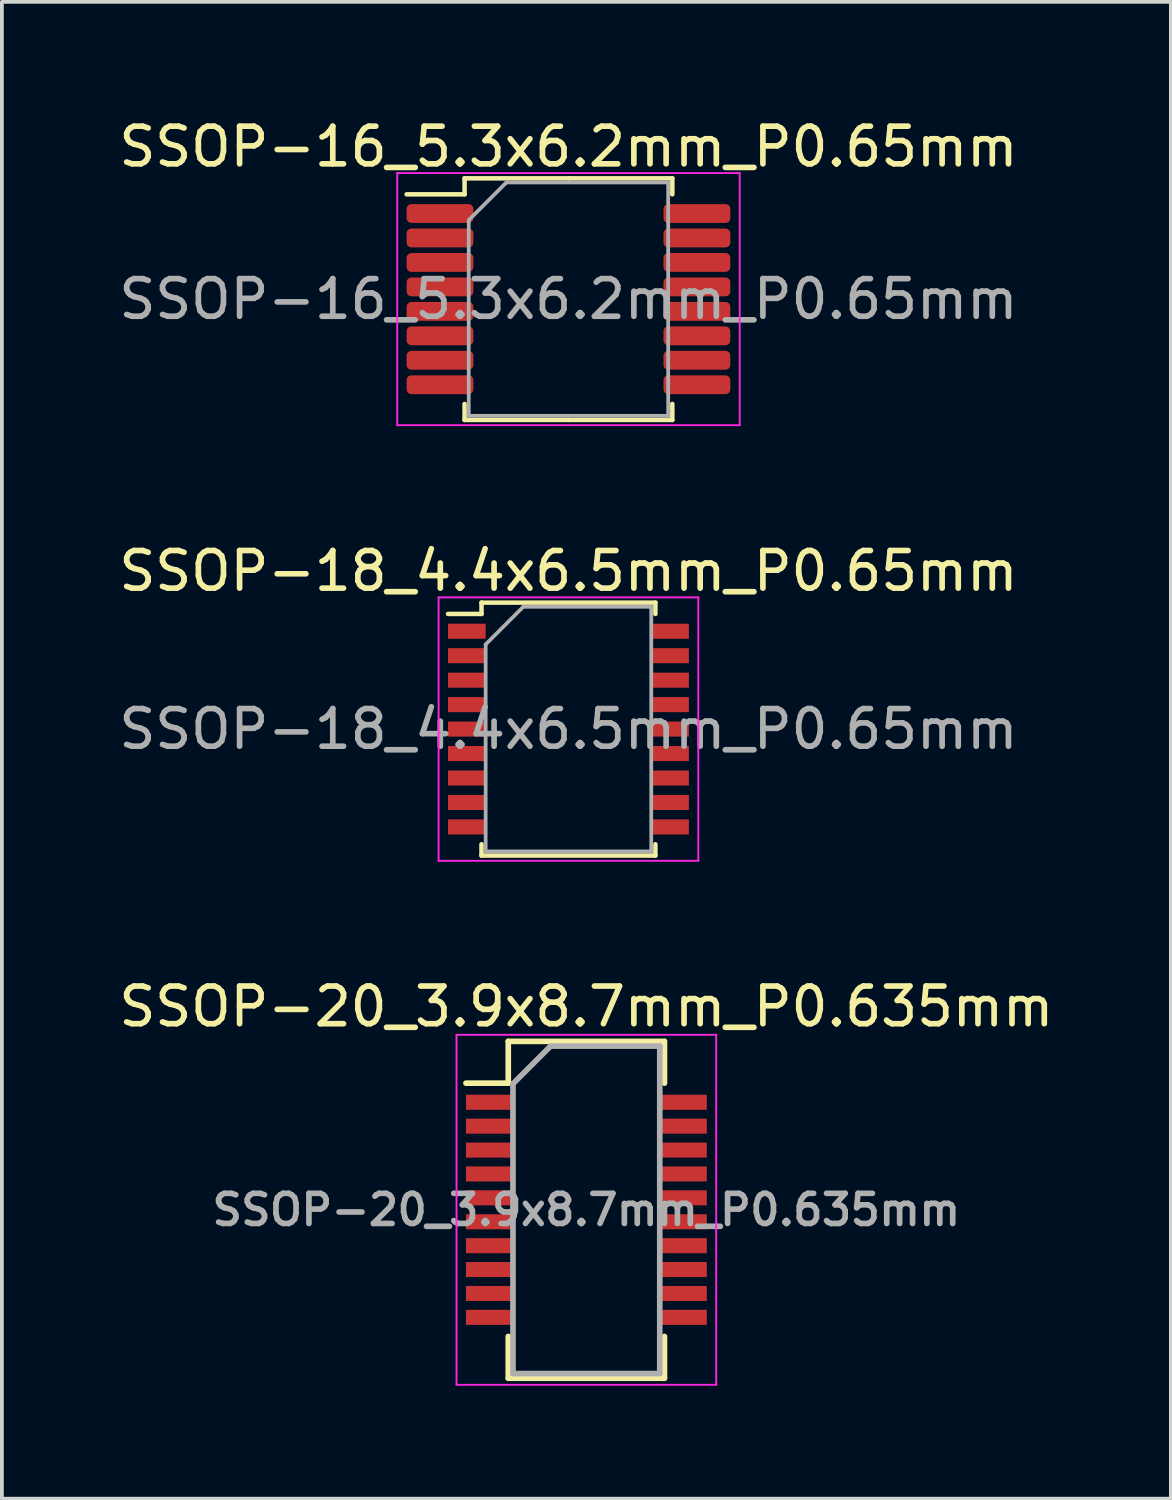
<source format=kicad_pcb>
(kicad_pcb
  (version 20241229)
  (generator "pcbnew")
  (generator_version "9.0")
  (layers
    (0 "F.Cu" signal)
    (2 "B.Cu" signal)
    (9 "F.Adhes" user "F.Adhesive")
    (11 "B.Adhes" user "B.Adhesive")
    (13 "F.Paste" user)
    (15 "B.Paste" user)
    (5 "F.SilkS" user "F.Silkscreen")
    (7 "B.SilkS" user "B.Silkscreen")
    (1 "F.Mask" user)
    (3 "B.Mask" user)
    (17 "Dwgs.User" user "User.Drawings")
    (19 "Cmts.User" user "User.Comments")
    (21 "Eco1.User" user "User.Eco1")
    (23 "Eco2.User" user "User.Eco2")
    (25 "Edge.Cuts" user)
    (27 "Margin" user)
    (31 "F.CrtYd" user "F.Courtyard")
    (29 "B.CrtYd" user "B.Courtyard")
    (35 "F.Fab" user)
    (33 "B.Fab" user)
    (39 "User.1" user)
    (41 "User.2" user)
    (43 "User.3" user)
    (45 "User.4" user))
  (footprint "SSOP-20_3.9x8.7mm_P0.635mm"
    (layer "F.Cu")
    (at 12.53 29.095)
    (property "Reference" "SSOP-20_3.9x8.7mm_P0.635mm" (at 0 -5.4 0) (layer "F.SilkS") (effects (font (size 1 1) (thickness 0.15))))
    (attr smd)
    (fp_line (start -2.075 -4.475) (end 2.075 -4.475) (stroke (width 0.15) (type solid)) (layer "F.SilkS"))
    (fp_line (start -2.075 -3.365) (end -3.2 -3.365) (stroke (width 0.15) (type solid)) (layer "F.SilkS"))
    (fp_line (start -2.075 -3.365) (end -2.075 -4.475) (stroke (width 0.15) (type solid)) (layer "F.SilkS"))
    (fp_line (start -2.075 4.475) (end -2.075 3.365) (stroke (width 0.15) (type solid)) (layer "F.SilkS"))
    (fp_line (start -2.075 4.475) (end 2.075 4.475) (stroke (width 0.15) (type solid)) (layer "F.SilkS"))
    (fp_line (start 2.075 -4.475) (end 2.075 -3.365) (stroke (width 0.15) (type solid)) (layer "F.SilkS"))
    (fp_line (start 2.075 4.475) (end 2.075 3.365) (stroke (width 0.15) (type solid)) (layer "F.SilkS"))
    (fp_line (start -3.45 -4.65) (end -3.45 4.65) (stroke (width 0.05) (type solid)) (layer "F.CrtYd"))
    (fp_line (start -3.45 -4.65) (end 3.45 -4.65) (stroke (width 0.05) (type solid)) (layer "F.CrtYd"))
    (fp_line (start -3.45 4.65) (end 3.45 4.65) (stroke (width 0.05) (type solid)) (layer "F.CrtYd"))
    (fp_line (start 3.45 -4.65) (end 3.45 4.65) (stroke (width 0.05) (type solid)) (layer "F.CrtYd"))
    (fp_line (start -1.95 -3.35) (end -0.95 -4.35) (stroke (width 0.15) (type solid)) (layer "F.Fab"))
    (fp_line (start -1.95 4.35) (end -1.95 -3.35) (stroke (width 0.15) (type solid)) (layer "F.Fab"))
    (fp_line (start -0.95 -4.35) (end 1.95 -4.35) (stroke (width 0.15) (type solid)) (layer "F.Fab"))
    (fp_line (start 1.95 -4.35) (end 1.95 4.35) (stroke (width 0.15) (type solid)) (layer "F.Fab"))
    (fp_line (start 1.95 4.35) (end -1.95 4.35) (stroke (width 0.15) (type solid)) (layer "F.Fab"))
    (fp_text user "${REFERENCE}" (at 0 0 0) (layer "F.Fab") (effects (font (size 0.8 0.8) (thickness 0.15))))
    (pad "1" smd rect (at -2.6 -2.857) (size 1.2 0.4) (layers "F.Cu" "F.Mask" "F.Paste"))
    (pad "2" smd rect (at -2.6 -2.223) (size 1.2 0.4) (layers "F.Cu" "F.Mask" "F.Paste"))
    (pad "3" smd rect (at -2.6 -1.587) (size 1.2 0.4) (layers "F.Cu" "F.Mask" "F.Paste"))
    (pad "4" smd rect (at -2.6 -0.953) (size 1.2 0.4) (layers "F.Cu" "F.Mask" "F.Paste"))
    (pad "5" smd rect (at -2.6 -0.318) (size 1.2 0.4) (layers "F.Cu" "F.Mask" "F.Paste"))
    (pad "6" smd rect (at -2.6 0.318) (size 1.2 0.4) (layers "F.Cu" "F.Mask" "F.Paste"))
    (pad "7" smd rect (at -2.6 0.953) (size 1.2 0.4) (layers "F.Cu" "F.Mask" "F.Paste"))
    (pad "8" smd rect (at -2.6 1.587) (size 1.2 0.4) (layers "F.Cu" "F.Mask" "F.Paste"))
    (pad "9" smd rect (at -2.6 2.223) (size 1.2 0.4) (layers "F.Cu" "F.Mask" "F.Paste"))
    (pad "10" smd rect (at -2.6 2.857) (size 1.2 0.4) (layers "F.Cu" "F.Mask" "F.Paste"))
    (pad "11" smd rect (at 2.6 2.857) (size 1.2 0.4) (layers "F.Cu" "F.Mask" "F.Paste"))
    (pad "12" smd rect (at 2.6 2.223) (size 1.2 0.4) (layers "F.Cu" "F.Mask" "F.Paste"))
    (pad "13" smd rect (at 2.6 1.587) (size 1.2 0.4) (layers "F.Cu" "F.Mask" "F.Paste"))
    (pad "14" smd rect (at 2.6 0.953) (size 1.2 0.4) (layers "F.Cu" "F.Mask" "F.Paste"))
    (pad "15" smd rect (at 2.6 0.318) (size 1.2 0.4) (layers "F.Cu" "F.Mask" "F.Paste"))
    (pad "16" smd rect (at 2.6 -0.318) (size 1.2 0.4) (layers "F.Cu" "F.Mask" "F.Paste"))
    (pad "17" smd rect (at 2.6 -0.953) (size 1.2 0.4) (layers "F.Cu" "F.Mask" "F.Paste"))
    (pad "18" smd rect (at 2.6 -1.587) (size 1.2 0.4) (layers "F.Cu" "F.Mask" "F.Paste"))
    (pad "19" smd rect (at 2.6 -2.223) (size 1.2 0.4) (layers "F.Cu" "F.Mask" "F.Paste"))
    (pad "20" smd rect (at 2.6 -2.857) (size 1.2 0.4) (layers "F.Cu" "F.Mask" "F.Paste")))
  (footprint "SSOP-16_5.3x6.2mm_P0.65mm"
    (layer "F.Cu")
    (at 12.054 4.898)
    (property "Reference" "SSOP-16_5.3x6.2mm_P0.65mm" (at 0 -4.05 0) (layer "F.SilkS") (effects (font (size 1 1) (thickness 0.15))))
    (attr smd)
    (fp_line (start -2.76 -3.21) (end -2.76 -2.785) (stroke (width 0.12) (type solid)) (layer "F.SilkS"))
    (fp_line (start -2.76 -2.785) (end -4.3 -2.785) (stroke (width 0.12) (type solid)) (layer "F.SilkS"))
    (fp_line (start -2.76 3.21) (end -2.76 2.785) (stroke (width 0.12) (type solid)) (layer "F.SilkS"))
    (fp_line (start 0 -3.21) (end -2.76 -3.21) (stroke (width 0.12) (type solid)) (layer "F.SilkS"))
    (fp_line (start 0 -3.21) (end 2.76 -3.21) (stroke (width 0.12) (type solid)) (layer "F.SilkS"))
    (fp_line (start 0 3.21) (end -2.76 3.21) (stroke (width 0.12) (type solid)) (layer "F.SilkS"))
    (fp_line (start 0 3.21) (end 2.76 3.21) (stroke (width 0.12) (type solid)) (layer "F.SilkS"))
    (fp_line (start 2.76 -3.21) (end 2.76 -2.785) (stroke (width 0.12) (type solid)) (layer "F.SilkS"))
    (fp_line (start 2.76 3.21) (end 2.76 2.785) (stroke (width 0.12) (type solid)) (layer "F.SilkS"))
    (fp_line (start -4.55 -3.35) (end -4.55 3.35) (stroke (width 0.05) (type solid)) (layer "F.CrtYd"))
    (fp_line (start -4.55 3.35) (end 4.55 3.35) (stroke (width 0.05) (type solid)) (layer "F.CrtYd"))
    (fp_line (start 4.55 -3.35) (end -4.55 -3.35) (stroke (width 0.05) (type solid)) (layer "F.CrtYd"))
    (fp_line (start 4.55 3.35) (end 4.55 -3.35) (stroke (width 0.05) (type solid)) (layer "F.CrtYd"))
    (fp_line (start -2.65 -2.1) (end -1.65 -3.1) (stroke (width 0.1) (type solid)) (layer "F.Fab"))
    (fp_line (start -2.65 3.1) (end -2.65 -2.1) (stroke (width 0.1) (type solid)) (layer "F.Fab"))
    (fp_line (start -1.65 -3.1) (end 2.65 -3.1) (stroke (width 0.1) (type solid)) (layer "F.Fab"))
    (fp_line (start 2.65 -3.1) (end 2.65 3.1) (stroke (width 0.1) (type solid)) (layer "F.Fab"))
    (fp_line (start 2.65 3.1) (end -2.65 3.1) (stroke (width 0.1) (type solid)) (layer "F.Fab"))
    (fp_text user "${REFERENCE}" (at 0 0 0) (layer "F.Fab") (effects (font (size 1 1) (thickness 0.15))))
    (pad "1" smd roundrect (at -3.413 -2.275) (size 1.775 0.5) (layers "F.Cu" "F.Mask" "F.Paste") (roundrect_rratio 0.25))
    (pad "2" smd roundrect (at -3.413 -1.625) (size 1.775 0.5) (layers "F.Cu" "F.Mask" "F.Paste") (roundrect_rratio 0.25))
    (pad "3" smd roundrect (at -3.413 -0.975) (size 1.775 0.5) (layers "F.Cu" "F.Mask" "F.Paste") (roundrect_rratio 0.25))
    (pad "4" smd roundrect (at -3.413 -0.325) (size 1.775 0.5) (layers "F.Cu" "F.Mask" "F.Paste") (roundrect_rratio 0.25))
    (pad "5" smd roundrect (at -3.413 0.325) (size 1.775 0.5) (layers "F.Cu" "F.Mask" "F.Paste") (roundrect_rratio 0.25))
    (pad "6" smd roundrect (at -3.413 0.975) (size 1.775 0.5) (layers "F.Cu" "F.Mask" "F.Paste") (roundrect_rratio 0.25))
    (pad "7" smd roundrect (at -3.413 1.625) (size 1.775 0.5) (layers "F.Cu" "F.Mask" "F.Paste") (roundrect_rratio 0.25))
    (pad "8" smd roundrect (at -3.413 2.275) (size 1.775 0.5) (layers "F.Cu" "F.Mask" "F.Paste") (roundrect_rratio 0.25))
    (pad "9" smd roundrect (at 3.413 2.275) (size 1.775 0.5) (layers "F.Cu" "F.Mask" "F.Paste") (roundrect_rratio 0.25))
    (pad "10" smd roundrect (at 3.413 1.625) (size 1.775 0.5) (layers "F.Cu" "F.Mask" "F.Paste") (roundrect_rratio 0.25))
    (pad "11" smd roundrect (at 3.413 0.975) (size 1.775 0.5) (layers "F.Cu" "F.Mask" "F.Paste") (roundrect_rratio 0.25))
    (pad "12" smd roundrect (at 3.413 0.325) (size 1.775 0.5) (layers "F.Cu" "F.Mask" "F.Paste") (roundrect_rratio 0.25))
    (pad "13" smd roundrect (at 3.413 -0.325) (size 1.775 0.5) (layers "F.Cu" "F.Mask" "F.Paste") (roundrect_rratio 0.25))
    (pad "14" smd roundrect (at 3.413 -0.975) (size 1.775 0.5) (layers "F.Cu" "F.Mask" "F.Paste") (roundrect_rratio 0.25))
    (pad "15" smd roundrect (at 3.413 -1.625) (size 1.775 0.5) (layers "F.Cu" "F.Mask" "F.Paste") (roundrect_rratio 0.25))
    (pad "16" smd roundrect (at 3.413 -2.275) (size 1.775 0.5) (layers "F.Cu" "F.Mask" "F.Paste") (roundrect_rratio 0.25)))
  (footprint "SSOP-18_4.4x6.5mm_P0.65mm"
    (layer "F.Cu")
    (at 12.054 16.322)
    (property "Reference" "SSOP-18_4.4x6.5mm_P0.65mm" (at 0 -4.2 0) (layer "F.SilkS") (effects (font (size 1 1) (thickness 0.15))))
    (attr smd)
    (fp_line (start -3.2 -3.06) (end -2.31 -3.06) (stroke (width 0.12) (type solid)) (layer "F.SilkS"))
    (fp_line (start -2.31 -3.36) (end 2.31 -3.36) (stroke (width 0.12) (type solid)) (layer "F.SilkS"))
    (fp_line (start -2.31 -3.06) (end -2.31 -3.36) (stroke (width 0.12) (type solid)) (layer "F.SilkS"))
    (fp_line (start -2.31 3.06) (end -2.31 3.36) (stroke (width 0.12) (type solid)) (layer "F.SilkS"))
    (fp_line (start -2.31 3.36) (end 2.31 3.36) (stroke (width 0.12) (type solid)) (layer "F.SilkS"))
    (fp_line (start 2.31 -3.36) (end 2.31 -3.06) (stroke (width 0.12) (type solid)) (layer "F.SilkS"))
    (fp_line (start 2.31 3.36) (end 2.31 3.06) (stroke (width 0.12) (type solid)) (layer "F.SilkS"))
    (fp_line (start -3.45 -3.5) (end 3.45 -3.5) (stroke (width 0.05) (type solid)) (layer "F.CrtYd"))
    (fp_line (start -3.45 3.5) (end -3.45 -3.5) (stroke (width 0.05) (type solid)) (layer "F.CrtYd"))
    (fp_line (start 3.45 -3.5) (end 3.45 3.5) (stroke (width 0.05) (type solid)) (layer "F.CrtYd"))
    (fp_line (start 3.45 3.5) (end -3.45 3.5) (stroke (width 0.05) (type solid)) (layer "F.CrtYd"))
    (fp_line (start -2.2 -2.25) (end -1.2 -3.25) (stroke (width 0.1) (type solid)) (layer "F.Fab"))
    (fp_line (start -2.2 3.25) (end -2.2 -2.25) (stroke (width 0.1) (type solid)) (layer "F.Fab"))
    (fp_line (start -1.2 -3.25) (end 2.2 -3.25) (stroke (width 0.1) (type solid)) (layer "F.Fab"))
    (fp_line (start 2.2 -3.25) (end 2.2 3.25) (stroke (width 0.1) (type solid)) (layer "F.Fab"))
    (fp_line (start 2.2 3.25) (end -2.2 3.25) (stroke (width 0.1) (type solid)) (layer "F.Fab"))
    (fp_text user "${REFERENCE}" (at 0 0 0) (layer "F.Fab") (effects (font (size 1 1) (thickness 0.15))))
    (pad "1" smd rect (at -2.7 -2.6) (size 1 0.4) (layers "F.Cu" "F.Mask" "F.Paste"))
    (pad "2" smd rect (at -2.7 -1.95) (size 1 0.4) (layers "F.Cu" "F.Mask" "F.Paste"))
    (pad "3" smd rect (at -2.7 -1.3) (size 1 0.4) (layers "F.Cu" "F.Mask" "F.Paste"))
    (pad "4" smd rect (at -2.7 -0.65) (size 1 0.4) (layers "F.Cu" "F.Mask" "F.Paste"))
    (pad "5" smd rect (at -2.7 0) (size 1 0.4) (layers "F.Cu" "F.Mask" "F.Paste"))
    (pad "6" smd rect (at -2.7 0.65) (size 1 0.4) (layers "F.Cu" "F.Mask" "F.Paste"))
    (pad "7" smd rect (at -2.7 1.3) (size 1 0.4) (layers "F.Cu" "F.Mask" "F.Paste"))
    (pad "8" smd rect (at -2.7 1.95) (size 1 0.4) (layers "F.Cu" "F.Mask" "F.Paste"))
    (pad "9" smd rect (at -2.7 2.6) (size 1 0.4) (layers "F.Cu" "F.Mask" "F.Paste"))
    (pad "10" smd rect (at 2.7 2.6) (size 1 0.4) (layers "F.Cu" "F.Mask" "F.Paste"))
    (pad "11" smd rect (at 2.7 1.95) (size 1 0.4) (layers "F.Cu" "F.Mask" "F.Paste"))
    (pad "12" smd rect (at 2.7 1.3) (size 1 0.4) (layers "F.Cu" "F.Mask" "F.Paste"))
    (pad "13" smd rect (at 2.7 0.65) (size 1 0.4) (layers "F.Cu" "F.Mask" "F.Paste"))
    (pad "14" smd rect (at 2.7 0) (size 1 0.4) (layers "F.Cu" "F.Mask" "F.Paste"))
    (pad "15" smd rect (at 2.7 -0.65) (size 1 0.4) (layers "F.Cu" "F.Mask" "F.Paste"))
    (pad "16" smd rect (at 2.7 -1.3) (size 1 0.4) (layers "F.Cu" "F.Mask" "F.Paste"))
    (pad "17" smd rect (at 2.7 -1.95) (size 1 0.4) (layers "F.Cu" "F.Mask" "F.Paste"))
    (pad "18" smd rect (at 2.7 -2.6) (size 1 0.4) (layers "F.Cu" "F.Mask" "F.Paste")))
  (gr_rect
    (start -3 -3)
    (end 28.06 36.77)
    (stroke (width 0.1) (type default))
    (fill no)
    (layer "Edge.Cuts")))
</source>
